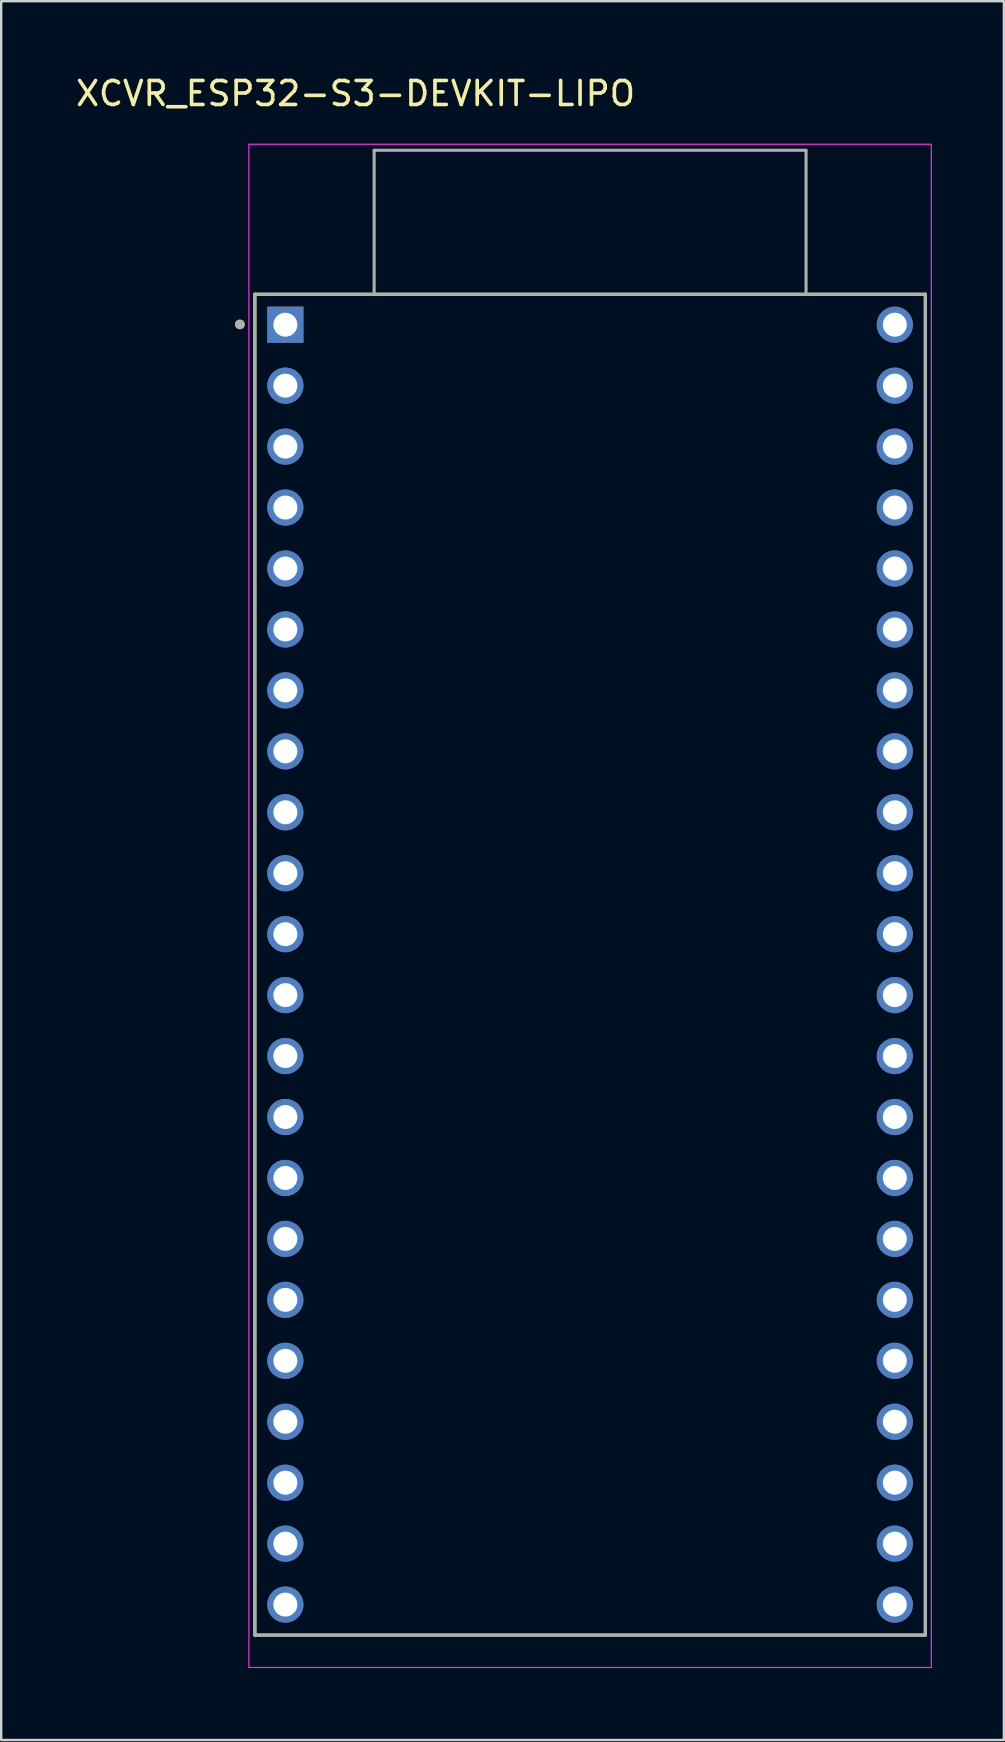
<source format=kicad_pcb>
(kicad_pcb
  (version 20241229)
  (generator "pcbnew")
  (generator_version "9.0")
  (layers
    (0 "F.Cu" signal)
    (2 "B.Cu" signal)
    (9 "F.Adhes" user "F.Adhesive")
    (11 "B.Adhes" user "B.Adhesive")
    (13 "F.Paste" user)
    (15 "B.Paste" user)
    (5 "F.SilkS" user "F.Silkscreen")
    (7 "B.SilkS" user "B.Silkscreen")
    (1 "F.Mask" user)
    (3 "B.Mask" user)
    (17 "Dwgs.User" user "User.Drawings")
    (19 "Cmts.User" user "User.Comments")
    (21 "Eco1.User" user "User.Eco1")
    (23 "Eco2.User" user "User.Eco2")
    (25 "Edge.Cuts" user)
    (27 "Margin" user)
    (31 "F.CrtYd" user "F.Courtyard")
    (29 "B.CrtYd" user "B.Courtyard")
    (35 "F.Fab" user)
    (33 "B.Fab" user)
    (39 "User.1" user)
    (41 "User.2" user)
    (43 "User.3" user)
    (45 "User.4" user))
  (footprint "XCVR_ESP32-S3-DEVKIT-LIPO"
    (layer "F.Cu")
    (at 21.543 37.153)
    (property "Reference" "XCVR_ESP32-S3-DEVKIT-LIPO" (at -9.775 -36.305 0) (layer "F.SilkS") (effects (font (size 1 1) (thickness 0.15))))
    (attr through_hole)
    (fp_line (start -13.97 -27.94) (end 13.97 -27.94) (stroke (width 0.127) (type solid)) (layer "F.SilkS"))
    (fp_line (start -13.97 27.94) (end -13.97 -27.94) (stroke (width 0.127) (type solid)) (layer "F.SilkS"))
    (fp_line (start 13.97 -27.94) (end 13.97 27.94) (stroke (width 0.127) (type solid)) (layer "F.SilkS"))
    (fp_line (start 13.97 27.94) (end -13.97 27.94) (stroke (width 0.127) (type solid)) (layer "F.SilkS"))
    (fp_circle (center -14.596 -26.682) (end -14.496 -26.682) (stroke (width 0.2) (type solid)) (fill no) (layer "F.SilkS"))
    (fp_line (start -14.22 -34.19) (end -14.22 29.29) (stroke (width 0.05) (type solid)) (layer "F.CrtYd"))
    (fp_line (start -14.22 29.29) (end 14.22 29.29) (stroke (width 0.05) (type solid)) (layer "F.CrtYd"))
    (fp_line (start 14.22 -34.19) (end -14.22 -34.19) (stroke (width 0.05) (type solid)) (layer "F.CrtYd"))
    (fp_line (start 14.22 29.29) (end 14.22 -34.19) (stroke (width 0.05) (type solid)) (layer "F.CrtYd"))
    (fp_line (start -13.97 -27.94) (end -9 -27.94) (stroke (width 0.127) (type solid)) (layer "F.Fab"))
    (fp_line (start -13.97 27.94) (end -13.97 -27.94) (stroke (width 0.127) (type solid)) (layer "F.Fab"))
    (fp_line (start -9 -33.94) (end 9 -33.94) (stroke (width 0.127) (type solid)) (layer "F.Fab"))
    (fp_line (start -9 -27.94) (end -9 -33.94) (stroke (width 0.127) (type solid)) (layer "F.Fab"))
    (fp_line (start -9 -27.94) (end 9 -27.94) (stroke (width 0.127) (type solid)) (layer "F.Fab"))
    (fp_line (start 9 -33.94) (end 9 -27.94) (stroke (width 0.127) (type solid)) (layer "F.Fab"))
    (fp_line (start 9 -27.94) (end 13.97 -27.94) (stroke (width 0.127) (type solid)) (layer "F.Fab"))
    (fp_line (start 13.97 -27.94) (end 13.97 27.94) (stroke (width 0.127) (type solid)) (layer "F.Fab"))
    (fp_line (start 13.97 27.94) (end -13.97 27.94) (stroke (width 0.127) (type solid)) (layer "F.Fab"))
    (fp_circle (center -14.596 -26.682) (end -14.496 -26.682) (stroke (width 0.2) (type solid)) (fill no) (layer "F.Fab"))
    (pad "J1_1" thru_hole rect (at -12.7 -26.67) (size 1.508 1.508) (drill 1) (layers "*.Cu" "*.Mask"))
    (pad "J1_2" thru_hole circle (at -12.7 -24.13) (size 1.508 1.508) (drill 1) (layers "*.Cu" "*.Mask"))
    (pad "J1_3" thru_hole circle (at -12.7 -21.59) (size 1.508 1.508) (drill 1) (layers "*.Cu" "*.Mask"))
    (pad "J1_4" thru_hole circle (at -12.7 -19.05) (size 1.508 1.508) (drill 1) (layers "*.Cu" "*.Mask"))
    (pad "J1_5" thru_hole circle (at -12.7 -16.51) (size 1.508 1.508) (drill 1) (layers "*.Cu" "*.Mask"))
    (pad "J1_6" thru_hole circle (at -12.7 -13.97) (size 1.508 1.508) (drill 1) (layers "*.Cu" "*.Mask"))
    (pad "J1_7" thru_hole circle (at -12.7 -11.43) (size 1.508 1.508) (drill 1) (layers "*.Cu" "*.Mask"))
    (pad "J1_8" thru_hole circle (at -12.7 -8.89) (size 1.508 1.508) (drill 1) (layers "*.Cu" "*.Mask"))
    (pad "J1_9" thru_hole circle (at -12.7 -6.35) (size 1.508 1.508) (drill 1) (layers "*.Cu" "*.Mask"))
    (pad "J1_10" thru_hole circle (at -12.7 -3.81) (size 1.508 1.508) (drill 1) (layers "*.Cu" "*.Mask"))
    (pad "J1_11" thru_hole circle (at -12.7 -1.27) (size 1.508 1.508) (drill 1) (layers "*.Cu" "*.Mask"))
    (pad "J1_12" thru_hole circle (at -12.7 1.27) (size 1.508 1.508) (drill 1) (layers "*.Cu" "*.Mask"))
    (pad "J1_13" thru_hole circle (at -12.7 3.81) (size 1.508 1.508) (drill 1) (layers "*.Cu" "*.Mask"))
    (pad "J1_14" thru_hole circle (at -12.7 6.35) (size 1.508 1.508) (drill 1) (layers "*.Cu" "*.Mask"))
    (pad "J1_15" thru_hole circle (at -12.7 8.89) (size 1.508 1.508) (drill 1) (layers "*.Cu" "*.Mask"))
    (pad "J1_16" thru_hole circle (at -12.7 11.43) (size 1.508 1.508) (drill 1) (layers "*.Cu" "*.Mask"))
    (pad "J1_17" thru_hole circle (at -12.7 13.97) (size 1.508 1.508) (drill 1) (layers "*.Cu" "*.Mask"))
    (pad "J1_18" thru_hole circle (at -12.7 16.51) (size 1.508 1.508) (drill 1) (layers "*.Cu" "*.Mask"))
    (pad "J1_19" thru_hole circle (at -12.7 19.05) (size 1.508 1.508) (drill 1) (layers "*.Cu" "*.Mask"))
    (pad "J1_20" thru_hole circle (at -12.7 21.59) (size 1.508 1.508) (drill 1) (layers "*.Cu" "*.Mask"))
    (pad "J1_21" thru_hole circle (at -12.7 24.13) (size 1.508 1.508) (drill 1) (layers "*.Cu" "*.Mask"))
    (pad "J1_22" thru_hole circle (at -12.7 26.67) (size 1.508 1.508) (drill 1) (layers "*.Cu" "*.Mask"))
    (pad "J3_1" thru_hole circle (at 12.7 -26.67) (size 1.508 1.508) (drill 1) (layers "*.Cu" "*.Mask"))
    (pad "J3_2" thru_hole circle (at 12.7 -24.13) (size 1.508 1.508) (drill 1) (layers "*.Cu" "*.Mask"))
    (pad "J3_3" thru_hole circle (at 12.7 -21.59) (size 1.508 1.508) (drill 1) (layers "*.Cu" "*.Mask"))
    (pad "J3_4" thru_hole circle (at 12.7 -19.05) (size 1.508 1.508) (drill 1) (layers "*.Cu" "*.Mask"))
    (pad "J3_5" thru_hole circle (at 12.7 -16.51) (size 1.508 1.508) (drill 1) (layers "*.Cu" "*.Mask"))
    (pad "J3_6" thru_hole circle (at 12.7 -13.97) (size 1.508 1.508) (drill 1) (layers "*.Cu" "*.Mask"))
    (pad "J3_7" thru_hole circle (at 12.7 -11.43) (size 1.508 1.508) (drill 1) (layers "*.Cu" "*.Mask"))
    (pad "J3_8" thru_hole circle (at 12.7 -8.89) (size 1.508 1.508) (drill 1) (layers "*.Cu" "*.Mask"))
    (pad "J3_9" thru_hole circle (at 12.7 -6.35) (size 1.508 1.508) (drill 1) (layers "*.Cu" "*.Mask"))
    (pad "J3_10" thru_hole circle (at 12.7 -3.81) (size 1.508 1.508) (drill 1) (layers "*.Cu" "*.Mask"))
    (pad "J3_11" thru_hole circle (at 12.7 -1.27) (size 1.508 1.508) (drill 1) (layers "*.Cu" "*.Mask"))
    (pad "J3_12" thru_hole circle (at 12.7 1.27) (size 1.508 1.508) (drill 1) (layers "*.Cu" "*.Mask"))
    (pad "J3_13" thru_hole circle (at 12.7 3.81) (size 1.508 1.508) (drill 1) (layers "*.Cu" "*.Mask"))
    (pad "J3_14" thru_hole circle (at 12.7 6.35) (size 1.508 1.508) (drill 1) (layers "*.Cu" "*.Mask"))
    (pad "J3_15" thru_hole circle (at 12.7 8.89) (size 1.508 1.508) (drill 1) (layers "*.Cu" "*.Mask"))
    (pad "J3_16" thru_hole circle (at 12.7 11.43) (size 1.508 1.508) (drill 1) (layers "*.Cu" "*.Mask"))
    (pad "J3_17" thru_hole circle (at 12.7 13.97) (size 1.508 1.508) (drill 1) (layers "*.Cu" "*.Mask"))
    (pad "J3_18" thru_hole circle (at 12.7 16.51) (size 1.508 1.508) (drill 1) (layers "*.Cu" "*.Mask"))
    (pad "J3_19" thru_hole circle (at 12.7 19.05) (size 1.508 1.508) (drill 1) (layers "*.Cu" "*.Mask"))
    (pad "J3_20" thru_hole circle (at 12.7 21.59) (size 1.508 1.508) (drill 1) (layers "*.Cu" "*.Mask"))
    (pad "J3_21" thru_hole circle (at 12.7 24.13) (size 1.508 1.508) (drill 1) (layers "*.Cu" "*.Mask"))
    (pad "J3_22" thru_hole circle (at 12.7 26.67) (size 1.508 1.508) (drill 1) (layers "*.Cu" "*.Mask"))
    (zone (net_name "") (layer "F.Cu") (hatch full 0.508) (connect_pads) (min_thickness 0.01) (filled_areas_thickness no) (keepout (tracks not_allowed) (vias not_allowed) (pads not_allowed) (copperpour not_allowed) (footprints allowed)) (placement (enabled no)) (fill) (polygon (pts (xy 12.543 3.213) (xy 30.543 3.213) (xy 30.543 9.213) (xy 12.543 9.213))))
    (zone (net_name "") (layers "F.Cu" "B.Cu") (hatch full 0.508) (connect_pads) (min_thickness 0.01) (filled_areas_thickness no) (keepout (tracks allowed) (vias not_allowed) (pads allowed) (copperpour allowed) (footprints allowed)) (placement (enabled no)) (fill) (polygon (pts (xy 12.543 3.213) (xy 30.543 3.213) (xy 30.543 9.213) (xy 12.543 9.213))))
    (zone (net_name "") (layer "B.Cu") (hatch full 0.508) (connect_pads) (min_thickness 0.01) (filled_areas_thickness no) (keepout (tracks not_allowed) (vias not_allowed) (pads not_allowed) (copperpour not_allowed) (footprints allowed)) (placement (enabled no)) (fill) (polygon (pts (xy 12.543 3.213) (xy 30.543 3.213) (xy 30.543 9.213) (xy 12.543 9.213)))))
  (gr_rect
    (start -3 -3)
    (end 38.788 69.468)
    (stroke (width 0.1) (type default))
    (fill no)
    (layer "Edge.Cuts")))
</source>
